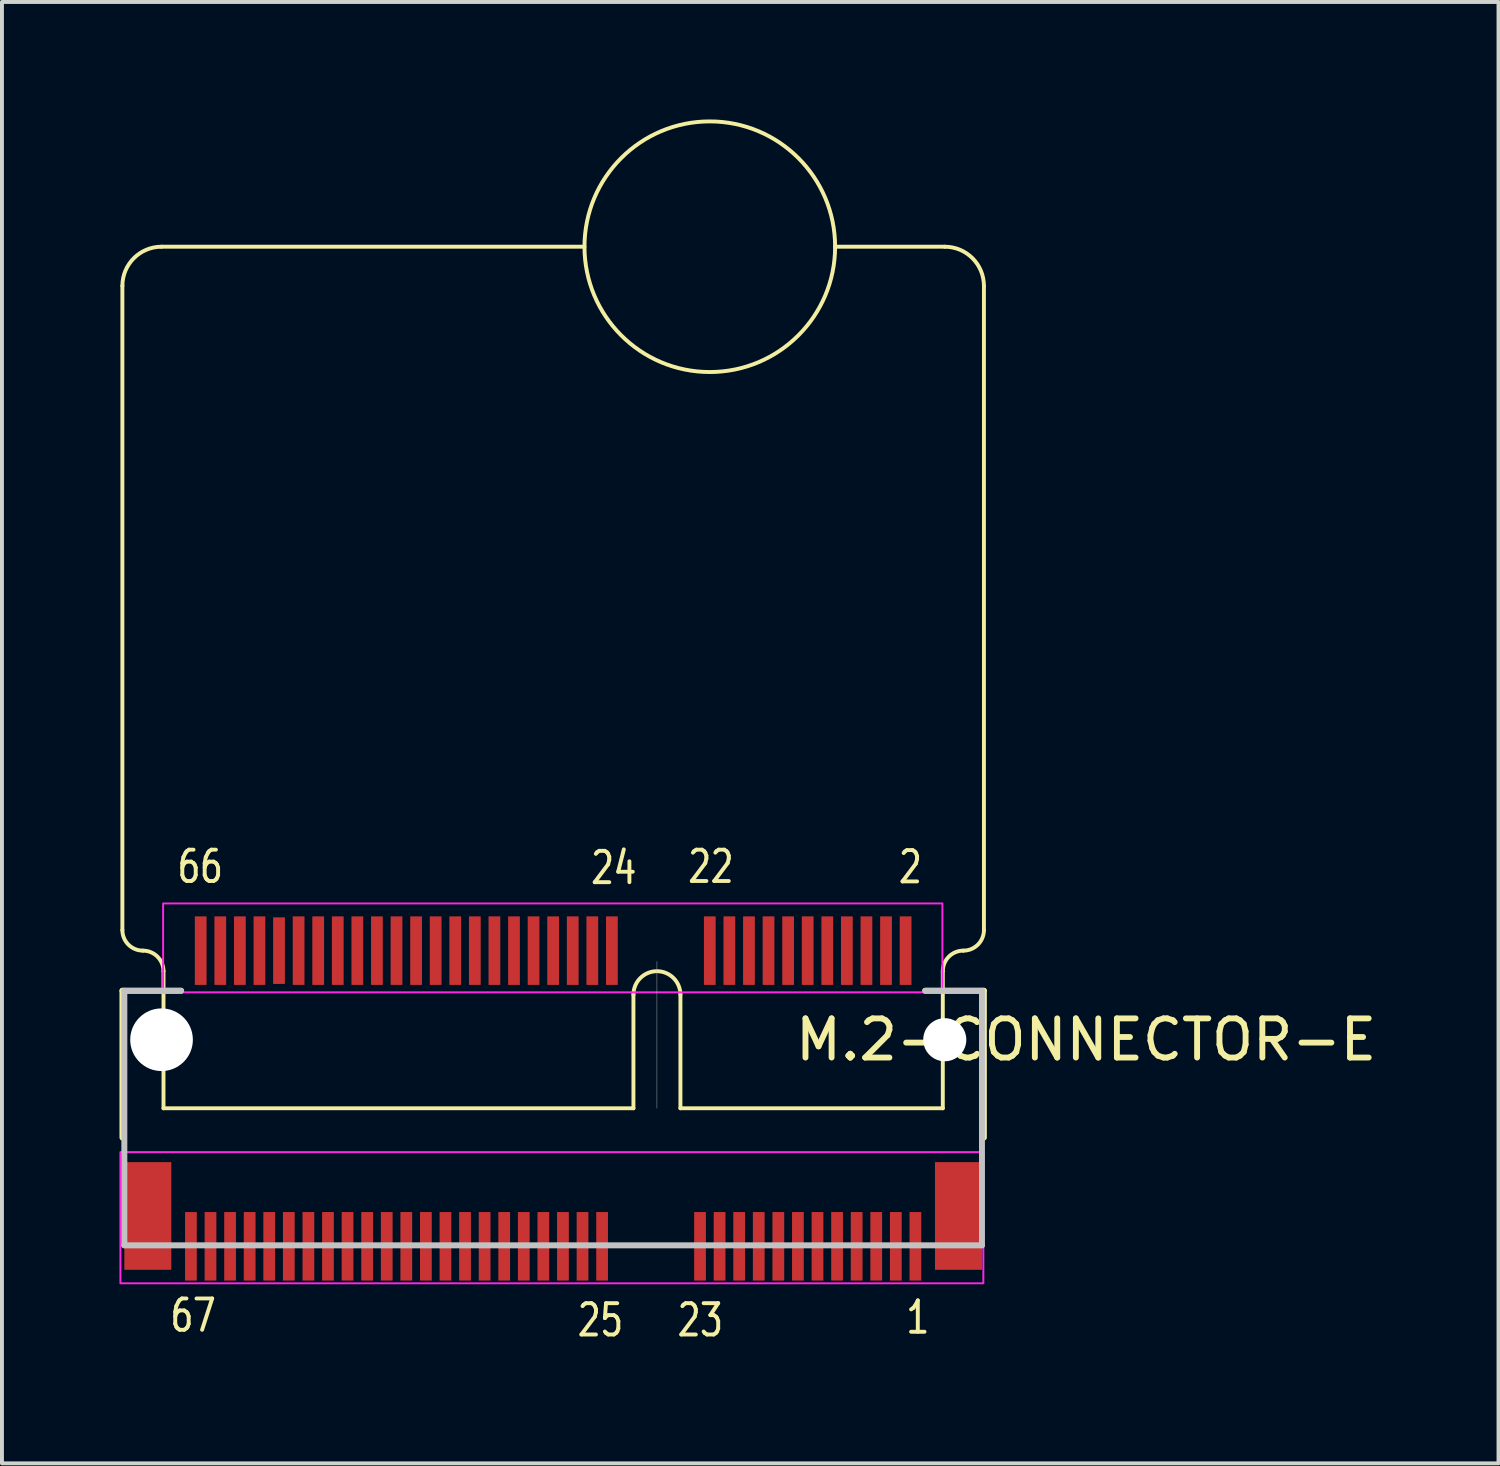
<source format=kicad_pcb>
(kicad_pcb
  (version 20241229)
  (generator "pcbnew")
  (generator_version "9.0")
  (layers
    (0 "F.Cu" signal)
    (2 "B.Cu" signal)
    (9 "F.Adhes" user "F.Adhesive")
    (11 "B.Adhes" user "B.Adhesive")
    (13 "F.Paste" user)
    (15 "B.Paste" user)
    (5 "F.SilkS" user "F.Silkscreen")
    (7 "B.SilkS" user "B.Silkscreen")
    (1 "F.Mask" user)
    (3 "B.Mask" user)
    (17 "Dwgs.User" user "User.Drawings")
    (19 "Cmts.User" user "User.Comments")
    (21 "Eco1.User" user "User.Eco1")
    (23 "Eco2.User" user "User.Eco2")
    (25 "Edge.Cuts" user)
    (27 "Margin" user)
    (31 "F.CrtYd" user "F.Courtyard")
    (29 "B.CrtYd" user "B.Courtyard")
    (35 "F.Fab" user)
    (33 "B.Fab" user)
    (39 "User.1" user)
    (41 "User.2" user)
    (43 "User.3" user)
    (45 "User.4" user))
  (footprint "M.2-CONNECTOR-E"
    (layer "F.Cu")
    (at 11.075 23.5)
    (property "Reference" "M.2-CONNECTOR-E" (at 13.61 0 180) (layer "F.SilkS") (effects (font (size 1 1) (thickness 0.15))))
    (attr smd)
    (fp_line (start -11 -19.25) (end -11 -2.8) (stroke (width 0.1) (type solid)) (layer "F.SilkS"))
    (fp_line (start -10.998 2.499) (end -10.998 -1.25) (stroke (width 0.152) (type solid)) (layer "F.SilkS"))
    (fp_line (start -9.95 1.75) (end -9.95 -1.75) (stroke (width 0.1) (type solid)) (layer "F.SilkS"))
    (fp_line (start -9.5 -1.25) (end -10.998 -1.25) (stroke (width 0.152) (type solid)) (layer "F.SilkS"))
    (fp_line (start 0.8 -20.25) (end -10 -20.25) (stroke (width 0.1) (type solid)) (layer "F.SilkS"))
    (fp_line (start 2.05 -1.15) (end 2.05 1.75) (stroke (width 0.1) (type solid)) (layer "F.SilkS"))
    (fp_line (start 2.05 1.75) (end -9.95 1.75) (stroke (width 0.1) (type solid)) (layer "F.SilkS"))
    (fp_line (start 3.25 -1.15) (end 3.25 1.75) (stroke (width 0.1) (type solid)) (layer "F.SilkS"))
    (fp_line (start 9.95 -1.75) (end 9.95 1.75) (stroke (width 0.1) (type solid)) (layer "F.SilkS"))
    (fp_line (start 9.95 1.75) (end 3.25 1.75) (stroke (width 0.1) (type solid)) (layer "F.SilkS"))
    (fp_line (start 10 -20.25) (end 7.2 -20.25) (stroke (width 0.1) (type solid)) (layer "F.SilkS"))
    (fp_line (start 10.998 -1.25) (end 9.5 -1.25) (stroke (width 0.152) (type solid)) (layer "F.SilkS"))
    (fp_line (start 10.998 2.499) (end 10.998 -1.25) (stroke (width 0.152) (type solid)) (layer "F.SilkS"))
    (fp_line (start 11 -19.25) (end 11 -2.8) (stroke (width 0.1) (type solid)) (layer "F.SilkS"))
    (fp_arc (start -11 -19.25) (mid -10.707105 -19.957105) (end -10 -20.25) (stroke (width 0.1) (type solid)) (layer "F.SilkS"))
    (fp_arc (start -10.475 -2.275) (mid -10.846231 -2.428769) (end -11 -2.8) (stroke (width 0.1) (type solid)) (layer "F.SilkS"))
    (fp_arc (start -10.475 -2.275) (mid -10.103769 -2.121231) (end -9.95 -1.75) (stroke (width 0.1) (type solid)) (layer "F.SilkS"))
    (fp_arc (start 2.05 -1.15) (mid 2.65 -1.75) (end 3.25 -1.15) (stroke (width 0.1) (type solid)) (layer "F.SilkS"))
    (fp_arc (start 9.95 -1.75) (mid 10.103769 -2.121231) (end 10.475 -2.275) (stroke (width 0.1) (type solid)) (layer "F.SilkS"))
    (fp_arc (start 10 -20.25) (mid 10.707107 -19.957107) (end 11 -19.25) (stroke (width 0.1) (type solid)) (layer "F.SilkS"))
    (fp_arc (start 11 -2.8) (mid 10.846231 -2.428769) (end 10.475 -2.275) (stroke (width 0.1) (type solid)) (layer "F.SilkS"))
    (fp_circle (center 4 -20.25) (end 7.2 -20.25) (stroke (width 0.1) (type default)) (fill no) (layer "F.SilkS"))
    (fp_line (start -9.398 4.399) (end -9.098 4.399) (stroke (width 0.066) (type solid)) (layer "F.Paste"))
    (fp_line (start -9.398 6.149) (end -9.398 4.399) (stroke (width 0.066) (type solid)) (layer "F.Paste"))
    (fp_line (start -9.398 6.149) (end -9.098 6.149) (stroke (width 0.066) (type solid)) (layer "F.Paste"))
    (fp_line (start -9.149 -3.15) (end -8.849 -3.15) (stroke (width 0.066) (type solid)) (layer "F.Paste"))
    (fp_line (start -9.149 -1.4) (end -9.149 -3.15) (stroke (width 0.066) (type solid)) (layer "F.Paste"))
    (fp_line (start -9.149 -1.4) (end -8.849 -1.4) (stroke (width 0.066) (type solid)) (layer "F.Paste"))
    (fp_line (start -9.098 6.149) (end -9.098 4.399) (stroke (width 0.066) (type solid)) (layer "F.Paste"))
    (fp_line (start -8.898 4.399) (end -8.598 4.399) (stroke (width 0.066) (type solid)) (layer "F.Paste"))
    (fp_line (start -8.898 6.149) (end -8.898 4.399) (stroke (width 0.066) (type solid)) (layer "F.Paste"))
    (fp_line (start -8.898 6.149) (end -8.598 6.149) (stroke (width 0.066) (type solid)) (layer "F.Paste"))
    (fp_line (start -8.849 -1.4) (end -8.849 -3.15) (stroke (width 0.066) (type solid)) (layer "F.Paste"))
    (fp_line (start -8.649 -3.15) (end -8.349 -3.15) (stroke (width 0.066) (type solid)) (layer "F.Paste"))
    (fp_line (start -8.649 -1.4) (end -8.649 -3.15) (stroke (width 0.066) (type solid)) (layer "F.Paste"))
    (fp_line (start -8.649 -1.4) (end -8.349 -1.4) (stroke (width 0.066) (type solid)) (layer "F.Paste"))
    (fp_line (start -8.598 6.149) (end -8.598 4.399) (stroke (width 0.066) (type solid)) (layer "F.Paste"))
    (fp_line (start -8.4 4.399) (end -8.098 4.399) (stroke (width 0.066) (type solid)) (layer "F.Paste"))
    (fp_line (start -8.4 6.149) (end -8.4 4.399) (stroke (width 0.066) (type solid)) (layer "F.Paste"))
    (fp_line (start -8.4 6.149) (end -8.098 6.149) (stroke (width 0.066) (type solid)) (layer "F.Paste"))
    (fp_line (start -8.349 -1.4) (end -8.349 -3.15) (stroke (width 0.066) (type solid)) (layer "F.Paste"))
    (fp_line (start -8.148 -3.15) (end -7.849 -3.15) (stroke (width 0.066) (type solid)) (layer "F.Paste"))
    (fp_line (start -8.148 -1.4) (end -8.148 -3.15) (stroke (width 0.066) (type solid)) (layer "F.Paste"))
    (fp_line (start -8.148 -1.4) (end -7.849 -1.4) (stroke (width 0.066) (type solid)) (layer "F.Paste"))
    (fp_line (start -8.098 6.149) (end -8.098 4.399) (stroke (width 0.066) (type solid)) (layer "F.Paste"))
    (fp_line (start -7.899 4.399) (end -7.6 4.399) (stroke (width 0.066) (type solid)) (layer "F.Paste"))
    (fp_line (start -7.899 6.149) (end -7.899 4.399) (stroke (width 0.066) (type solid)) (layer "F.Paste"))
    (fp_line (start -7.899 6.149) (end -7.6 6.149) (stroke (width 0.066) (type solid)) (layer "F.Paste"))
    (fp_line (start -7.849 -1.4) (end -7.849 -3.15) (stroke (width 0.066) (type solid)) (layer "F.Paste"))
    (fp_line (start -7.648 -3.15) (end -7.348 -3.15) (stroke (width 0.066) (type solid)) (layer "F.Paste"))
    (fp_line (start -7.648 -1.4) (end -7.648 -3.15) (stroke (width 0.066) (type solid)) (layer "F.Paste"))
    (fp_line (start -7.648 -1.4) (end -7.348 -1.4) (stroke (width 0.066) (type solid)) (layer "F.Paste"))
    (fp_line (start -7.6 6.149) (end -7.6 4.399) (stroke (width 0.066) (type solid)) (layer "F.Paste"))
    (fp_line (start -7.399 4.399) (end -7.099 4.399) (stroke (width 0.066) (type solid)) (layer "F.Paste"))
    (fp_line (start -7.399 6.149) (end -7.399 4.399) (stroke (width 0.066) (type solid)) (layer "F.Paste"))
    (fp_line (start -7.399 6.149) (end -7.099 6.149) (stroke (width 0.066) (type solid)) (layer "F.Paste"))
    (fp_line (start -7.348 -1.4) (end -7.348 -3.15) (stroke (width 0.066) (type solid)) (layer "F.Paste"))
    (fp_line (start -7.148 -3.15) (end -6.848 -3.15) (stroke (width 0.066) (type solid)) (layer "F.Paste"))
    (fp_line (start -7.148 -1.4) (end -7.148 -3.15) (stroke (width 0.066) (type solid)) (layer "F.Paste"))
    (fp_line (start -7.148 -1.4) (end -6.848 -1.4) (stroke (width 0.066) (type solid)) (layer "F.Paste"))
    (fp_line (start -7.099 6.149) (end -7.099 4.399) (stroke (width 0.066) (type solid)) (layer "F.Paste"))
    (fp_line (start -6.899 4.399) (end -6.599 4.399) (stroke (width 0.066) (type solid)) (layer "F.Paste"))
    (fp_line (start -6.899 6.149) (end -6.899 4.399) (stroke (width 0.066) (type solid)) (layer "F.Paste"))
    (fp_line (start -6.899 6.149) (end -6.599 6.149) (stroke (width 0.066) (type solid)) (layer "F.Paste"))
    (fp_line (start -6.848 -1.4) (end -6.848 -3.15) (stroke (width 0.066) (type solid)) (layer "F.Paste"))
    (fp_line (start -6.65 -3.15) (end -6.35 -3.15) (stroke (width 0.066) (type solid)) (layer "F.Paste"))
    (fp_line (start -6.65 -1.4) (end -6.65 -3.15) (stroke (width 0.066) (type solid)) (layer "F.Paste"))
    (fp_line (start -6.65 -1.4) (end -6.35 -1.4) (stroke (width 0.066) (type solid)) (layer "F.Paste"))
    (fp_line (start -6.599 6.149) (end -6.599 4.399) (stroke (width 0.066) (type solid)) (layer "F.Paste"))
    (fp_line (start -6.398 4.399) (end -6.099 4.399) (stroke (width 0.066) (type solid)) (layer "F.Paste"))
    (fp_line (start -6.398 6.149) (end -6.398 4.399) (stroke (width 0.066) (type solid)) (layer "F.Paste"))
    (fp_line (start -6.398 6.149) (end -6.099 6.149) (stroke (width 0.066) (type solid)) (layer "F.Paste"))
    (fp_line (start -6.35 -1.4) (end -6.35 -3.15) (stroke (width 0.066) (type solid)) (layer "F.Paste"))
    (fp_line (start -6.149 -3.15) (end -5.85 -3.15) (stroke (width 0.066) (type solid)) (layer "F.Paste"))
    (fp_line (start -6.149 -1.4) (end -6.149 -3.15) (stroke (width 0.066) (type solid)) (layer "F.Paste"))
    (fp_line (start -6.149 -1.4) (end -5.85 -1.4) (stroke (width 0.066) (type solid)) (layer "F.Paste"))
    (fp_line (start -6.099 6.149) (end -6.099 4.399) (stroke (width 0.066) (type solid)) (layer "F.Paste"))
    (fp_line (start -5.898 4.399) (end -5.598 4.399) (stroke (width 0.066) (type solid)) (layer "F.Paste"))
    (fp_line (start -5.898 6.149) (end -5.898 4.399) (stroke (width 0.066) (type solid)) (layer "F.Paste"))
    (fp_line (start -5.898 6.149) (end -5.598 6.149) (stroke (width 0.066) (type solid)) (layer "F.Paste"))
    (fp_line (start -5.85 -1.4) (end -5.85 -3.15) (stroke (width 0.066) (type solid)) (layer "F.Paste"))
    (fp_line (start -5.649 -3.15) (end -5.349 -3.15) (stroke (width 0.066) (type solid)) (layer "F.Paste"))
    (fp_line (start -5.649 -1.4) (end -5.649 -3.15) (stroke (width 0.066) (type solid)) (layer "F.Paste"))
    (fp_line (start -5.649 -1.4) (end -5.349 -1.4) (stroke (width 0.066) (type solid)) (layer "F.Paste"))
    (fp_line (start -5.598 6.149) (end -5.598 4.399) (stroke (width 0.066) (type solid)) (layer "F.Paste"))
    (fp_line (start -5.397 4.399) (end -5.098 4.399) (stroke (width 0.066) (type solid)) (layer "F.Paste"))
    (fp_line (start -5.397 6.149) (end -5.397 4.399) (stroke (width 0.066) (type solid)) (layer "F.Paste"))
    (fp_line (start -5.397 6.149) (end -5.098 6.149) (stroke (width 0.066) (type solid)) (layer "F.Paste"))
    (fp_line (start -5.349 -1.4) (end -5.349 -3.15) (stroke (width 0.066) (type solid)) (layer "F.Paste"))
    (fp_line (start -5.149 -3.15) (end -4.849 -3.15) (stroke (width 0.066) (type solid)) (layer "F.Paste"))
    (fp_line (start -5.149 -1.4) (end -5.149 -3.15) (stroke (width 0.066) (type solid)) (layer "F.Paste"))
    (fp_line (start -5.149 -1.4) (end -4.849 -1.4) (stroke (width 0.066) (type solid)) (layer "F.Paste"))
    (fp_line (start -5.098 6.149) (end -5.098 4.399) (stroke (width 0.066) (type solid)) (layer "F.Paste"))
    (fp_line (start -4.9 4.399) (end -4.6 4.399) (stroke (width 0.066) (type solid)) (layer "F.Paste"))
    (fp_line (start -4.9 6.149) (end -4.9 4.399) (stroke (width 0.066) (type solid)) (layer "F.Paste"))
    (fp_line (start -4.9 6.149) (end -4.6 6.149) (stroke (width 0.066) (type solid)) (layer "F.Paste"))
    (fp_line (start -4.849 -1.4) (end -4.849 -3.15) (stroke (width 0.066) (type solid)) (layer "F.Paste"))
    (fp_line (start -4.648 -3.15) (end -4.348 -3.15) (stroke (width 0.066) (type solid)) (layer "F.Paste"))
    (fp_line (start -4.648 -1.4) (end -4.648 -3.15) (stroke (width 0.066) (type solid)) (layer "F.Paste"))
    (fp_line (start -4.648 -1.4) (end -4.348 -1.4) (stroke (width 0.066) (type solid)) (layer "F.Paste"))
    (fp_line (start -4.6 6.149) (end -4.6 4.399) (stroke (width 0.066) (type solid)) (layer "F.Paste"))
    (fp_line (start -4.399 4.399) (end -4.1 4.399) (stroke (width 0.066) (type solid)) (layer "F.Paste"))
    (fp_line (start -4.399 6.149) (end -4.399 4.399) (stroke (width 0.066) (type solid)) (layer "F.Paste"))
    (fp_line (start -4.399 6.149) (end -4.1 6.149) (stroke (width 0.066) (type solid)) (layer "F.Paste"))
    (fp_line (start -4.348 -1.4) (end -4.348 -3.15) (stroke (width 0.066) (type solid)) (layer "F.Paste"))
    (fp_line (start -4.148 -3.15) (end -3.848 -3.15) (stroke (width 0.066) (type solid)) (layer "F.Paste"))
    (fp_line (start -4.148 -1.4) (end -4.148 -3.15) (stroke (width 0.066) (type solid)) (layer "F.Paste"))
    (fp_line (start -4.148 -1.4) (end -3.848 -1.4) (stroke (width 0.066) (type solid)) (layer "F.Paste"))
    (fp_line (start -4.1 6.149) (end -4.1 4.399) (stroke (width 0.066) (type solid)) (layer "F.Paste"))
    (fp_line (start -3.899 4.399) (end -3.599 4.399) (stroke (width 0.066) (type solid)) (layer "F.Paste"))
    (fp_line (start -3.899 6.149) (end -3.899 4.399) (stroke (width 0.066) (type solid)) (layer "F.Paste"))
    (fp_line (start -3.899 6.149) (end -3.599 6.149) (stroke (width 0.066) (type solid)) (layer "F.Paste"))
    (fp_line (start -3.848 -1.4) (end -3.848 -3.15) (stroke (width 0.066) (type solid)) (layer "F.Paste"))
    (fp_line (start -3.65 -3.15) (end -3.348 -3.15) (stroke (width 0.066) (type solid)) (layer "F.Paste"))
    (fp_line (start -3.65 -1.4) (end -3.65 -3.15) (stroke (width 0.066) (type solid)) (layer "F.Paste"))
    (fp_line (start -3.65 -1.4) (end -3.348 -1.4) (stroke (width 0.066) (type solid)) (layer "F.Paste"))
    (fp_line (start -3.599 6.149) (end -3.599 4.399) (stroke (width 0.066) (type solid)) (layer "F.Paste"))
    (fp_line (start -3.399 4.399) (end -3.099 4.399) (stroke (width 0.066) (type solid)) (layer "F.Paste"))
    (fp_line (start -3.399 6.149) (end -3.399 4.399) (stroke (width 0.066) (type solid)) (layer "F.Paste"))
    (fp_line (start -3.399 6.149) (end -3.099 6.149) (stroke (width 0.066) (type solid)) (layer "F.Paste"))
    (fp_line (start -3.348 -1.4) (end -3.348 -3.15) (stroke (width 0.066) (type solid)) (layer "F.Paste"))
    (fp_line (start -3.15 -3.15) (end -2.85 -3.15) (stroke (width 0.066) (type solid)) (layer "F.Paste"))
    (fp_line (start -3.15 -1.4) (end -3.15 -3.15) (stroke (width 0.066) (type solid)) (layer "F.Paste"))
    (fp_line (start -3.15 -1.4) (end -2.85 -1.4) (stroke (width 0.066) (type solid)) (layer "F.Paste"))
    (fp_line (start -3.099 6.149) (end -3.099 4.399) (stroke (width 0.066) (type solid)) (layer "F.Paste"))
    (fp_line (start -2.898 4.399) (end -2.598 4.399) (stroke (width 0.066) (type solid)) (layer "F.Paste"))
    (fp_line (start -2.898 6.149) (end -2.898 4.399) (stroke (width 0.066) (type solid)) (layer "F.Paste"))
    (fp_line (start -2.898 6.149) (end -2.598 6.149) (stroke (width 0.066) (type solid)) (layer "F.Paste"))
    (fp_line (start -2.85 -1.4) (end -2.85 -3.15) (stroke (width 0.066) (type solid)) (layer "F.Paste"))
    (fp_line (start -2.649 -3.15) (end -2.349 -3.15) (stroke (width 0.066) (type solid)) (layer "F.Paste"))
    (fp_line (start -2.649 -1.4) (end -2.649 -3.15) (stroke (width 0.066) (type solid)) (layer "F.Paste"))
    (fp_line (start -2.649 -1.4) (end -2.349 -1.4) (stroke (width 0.066) (type solid)) (layer "F.Paste"))
    (fp_line (start -2.598 6.149) (end -2.598 4.399) (stroke (width 0.066) (type solid)) (layer "F.Paste"))
    (fp_line (start -2.398 4.399) (end -2.098 4.399) (stroke (width 0.066) (type solid)) (layer "F.Paste"))
    (fp_line (start -2.398 6.149) (end -2.398 4.399) (stroke (width 0.066) (type solid)) (layer "F.Paste"))
    (fp_line (start -2.398 6.149) (end -2.098 6.149) (stroke (width 0.066) (type solid)) (layer "F.Paste"))
    (fp_line (start -2.349 -1.4) (end -2.349 -3.15) (stroke (width 0.066) (type solid)) (layer "F.Paste"))
    (fp_line (start -2.149 -3.15) (end -1.849 -3.15) (stroke (width 0.066) (type solid)) (layer "F.Paste"))
    (fp_line (start -2.149 -1.4) (end -2.149 -3.15) (stroke (width 0.066) (type solid)) (layer "F.Paste"))
    (fp_line (start -2.149 -1.4) (end -1.849 -1.4) (stroke (width 0.066) (type solid)) (layer "F.Paste"))
    (fp_line (start -2.098 6.149) (end -2.098 4.399) (stroke (width 0.066) (type solid)) (layer "F.Paste"))
    (fp_line (start -1.9 4.399) (end -1.598 4.399) (stroke (width 0.066) (type solid)) (layer "F.Paste"))
    (fp_line (start -1.9 6.149) (end -1.9 4.399) (stroke (width 0.066) (type solid)) (layer "F.Paste"))
    (fp_line (start -1.9 6.149) (end -1.598 6.149) (stroke (width 0.066) (type solid)) (layer "F.Paste"))
    (fp_line (start -1.849 -1.4) (end -1.849 -3.15) (stroke (width 0.066) (type solid)) (layer "F.Paste"))
    (fp_line (start -1.648 -3.15) (end -1.349 -3.15) (stroke (width 0.066) (type solid)) (layer "F.Paste"))
    (fp_line (start -1.648 -1.4) (end -1.648 -3.15) (stroke (width 0.066) (type solid)) (layer "F.Paste"))
    (fp_line (start -1.648 -1.4) (end -1.349 -1.4) (stroke (width 0.066) (type solid)) (layer "F.Paste"))
    (fp_line (start -1.598 6.149) (end -1.598 4.399) (stroke (width 0.066) (type solid)) (layer "F.Paste"))
    (fp_line (start -1.4 4.399) (end -1.1 4.399) (stroke (width 0.066) (type solid)) (layer "F.Paste"))
    (fp_line (start -1.4 6.149) (end -1.4 4.399) (stroke (width 0.066) (type solid)) (layer "F.Paste"))
    (fp_line (start -1.4 6.149) (end -1.1 6.149) (stroke (width 0.066) (type solid)) (layer "F.Paste"))
    (fp_line (start -1.349 -1.4) (end -1.349 -3.15) (stroke (width 0.066) (type solid)) (layer "F.Paste"))
    (fp_line (start -1.148 -3.15) (end -0.848 -3.15) (stroke (width 0.066) (type solid)) (layer "F.Paste"))
    (fp_line (start -1.148 -1.4) (end -1.148 -3.15) (stroke (width 0.066) (type solid)) (layer "F.Paste"))
    (fp_line (start -1.148 -1.4) (end -0.848 -1.4) (stroke (width 0.066) (type solid)) (layer "F.Paste"))
    (fp_line (start -1.1 6.149) (end -1.1 4.399) (stroke (width 0.066) (type solid)) (layer "F.Paste"))
    (fp_line (start -0.899 4.399) (end -0.599 4.399) (stroke (width 0.066) (type solid)) (layer "F.Paste"))
    (fp_line (start -0.899 6.149) (end -0.899 4.399) (stroke (width 0.066) (type solid)) (layer "F.Paste"))
    (fp_line (start -0.899 6.149) (end -0.599 6.149) (stroke (width 0.066) (type solid)) (layer "F.Paste"))
    (fp_line (start -0.848 -1.4) (end -0.848 -3.15) (stroke (width 0.066) (type solid)) (layer "F.Paste"))
    (fp_line (start -0.648 -3.15) (end -0.348 -3.15) (stroke (width 0.066) (type solid)) (layer "F.Paste"))
    (fp_line (start -0.648 -1.4) (end -0.648 -3.15) (stroke (width 0.066) (type solid)) (layer "F.Paste"))
    (fp_line (start -0.648 -1.4) (end -0.348 -1.4) (stroke (width 0.066) (type solid)) (layer "F.Paste"))
    (fp_line (start -0.599 6.149) (end -0.599 4.399) (stroke (width 0.066) (type solid)) (layer "F.Paste"))
    (fp_line (start -0.399 4.399) (end -0.099 4.399) (stroke (width 0.066) (type solid)) (layer "F.Paste"))
    (fp_line (start -0.399 6.149) (end -0.399 4.399) (stroke (width 0.066) (type solid)) (layer "F.Paste"))
    (fp_line (start -0.399 6.149) (end -0.099 6.149) (stroke (width 0.066) (type solid)) (layer "F.Paste"))
    (fp_line (start -0.348 -1.4) (end -0.348 -3.15) (stroke (width 0.066) (type solid)) (layer "F.Paste"))
    (fp_line (start -0.15 -3.15) (end 0.15 -3.15) (stroke (width 0.066) (type solid)) (layer "F.Paste"))
    (fp_line (start -0.15 -1.4) (end -0.15 -3.15) (stroke (width 0.066) (type solid)) (layer "F.Paste"))
    (fp_line (start -0.15 -1.4) (end 0.15 -1.4) (stroke (width 0.066) (type solid)) (layer "F.Paste"))
    (fp_line (start -0.099 6.149) (end -0.099 4.399) (stroke (width 0.066) (type solid)) (layer "F.Paste"))
    (fp_line (start 0.099 4.399) (end 0.399 4.399) (stroke (width 0.066) (type solid)) (layer "F.Paste"))
    (fp_line (start 0.099 6.149) (end 0.099 4.399) (stroke (width 0.066) (type solid)) (layer "F.Paste"))
    (fp_line (start 0.099 6.149) (end 0.399 6.149) (stroke (width 0.066) (type solid)) (layer "F.Paste"))
    (fp_line (start 0.15 -1.4) (end 0.15 -3.15) (stroke (width 0.066) (type solid)) (layer "F.Paste"))
    (fp_line (start 0.348 -3.15) (end 0.648 -3.15) (stroke (width 0.066) (type solid)) (layer "F.Paste"))
    (fp_line (start 0.348 -1.4) (end 0.348 -3.15) (stroke (width 0.066) (type solid)) (layer "F.Paste"))
    (fp_line (start 0.348 -1.4) (end 0.648 -1.4) (stroke (width 0.066) (type solid)) (layer "F.Paste"))
    (fp_line (start 0.399 6.149) (end 0.399 4.399) (stroke (width 0.066) (type solid)) (layer "F.Paste"))
    (fp_line (start 0.599 4.399) (end 0.899 4.399) (stroke (width 0.066) (type solid)) (layer "F.Paste"))
    (fp_line (start 0.599 6.149) (end 0.599 4.399) (stroke (width 0.066) (type solid)) (layer "F.Paste"))
    (fp_line (start 0.599 6.149) (end 0.899 6.149) (stroke (width 0.066) (type solid)) (layer "F.Paste"))
    (fp_line (start 0.648 -1.4) (end 0.648 -3.15) (stroke (width 0.066) (type solid)) (layer "F.Paste"))
    (fp_line (start 0.848 -3.15) (end 1.148 -3.15) (stroke (width 0.066) (type solid)) (layer "F.Paste"))
    (fp_line (start 0.848 -1.4) (end 0.848 -3.15) (stroke (width 0.066) (type solid)) (layer "F.Paste"))
    (fp_line (start 0.848 -1.4) (end 1.148 -1.4) (stroke (width 0.066) (type solid)) (layer "F.Paste"))
    (fp_line (start 0.899 6.149) (end 0.899 4.399) (stroke (width 0.066) (type solid)) (layer "F.Paste"))
    (fp_line (start 1.1 4.399) (end 1.4 4.399) (stroke (width 0.066) (type solid)) (layer "F.Paste"))
    (fp_line (start 1.1 6.149) (end 1.1 4.399) (stroke (width 0.066) (type solid)) (layer "F.Paste"))
    (fp_line (start 1.1 6.149) (end 1.4 6.149) (stroke (width 0.066) (type solid)) (layer "F.Paste"))
    (fp_line (start 1.148 -1.4) (end 1.148 -3.15) (stroke (width 0.066) (type solid)) (layer "F.Paste"))
    (fp_line (start 1.349 -3.15) (end 1.648 -3.15) (stroke (width 0.066) (type solid)) (layer "F.Paste"))
    (fp_line (start 1.349 -1.4) (end 1.349 -3.15) (stroke (width 0.066) (type solid)) (layer "F.Paste"))
    (fp_line (start 1.349 -1.4) (end 1.648 -1.4) (stroke (width 0.066) (type solid)) (layer "F.Paste"))
    (fp_line (start 1.4 6.149) (end 1.4 4.399) (stroke (width 0.066) (type solid)) (layer "F.Paste"))
    (fp_line (start 1.648 -1.4) (end 1.648 -3.15) (stroke (width 0.066) (type solid)) (layer "F.Paste"))
    (fp_line (start 3.599 4.399) (end 3.899 4.399) (stroke (width 0.066) (type solid)) (layer "F.Paste"))
    (fp_line (start 3.599 6.149) (end 3.599 4.399) (stroke (width 0.066) (type solid)) (layer "F.Paste"))
    (fp_line (start 3.599 6.149) (end 3.899 6.149) (stroke (width 0.066) (type solid)) (layer "F.Paste"))
    (fp_line (start 3.848 -3.15) (end 4.148 -3.15) (stroke (width 0.066) (type solid)) (layer "F.Paste"))
    (fp_line (start 3.848 -1.4) (end 3.848 -3.15) (stroke (width 0.066) (type solid)) (layer "F.Paste"))
    (fp_line (start 3.848 -1.4) (end 4.148 -1.4) (stroke (width 0.066) (type solid)) (layer "F.Paste"))
    (fp_line (start 3.899 6.149) (end 3.899 4.399) (stroke (width 0.066) (type solid)) (layer "F.Paste"))
    (fp_line (start 4.1 4.399) (end 4.399 4.399) (stroke (width 0.066) (type solid)) (layer "F.Paste"))
    (fp_line (start 4.1 6.149) (end 4.1 4.399) (stroke (width 0.066) (type solid)) (layer "F.Paste"))
    (fp_line (start 4.1 6.149) (end 4.399 6.149) (stroke (width 0.066) (type solid)) (layer "F.Paste"))
    (fp_line (start 4.148 -1.4) (end 4.148 -3.15) (stroke (width 0.066) (type solid)) (layer "F.Paste"))
    (fp_line (start 4.348 -3.15) (end 4.648 -3.15) (stroke (width 0.066) (type solid)) (layer "F.Paste"))
    (fp_line (start 4.348 -1.4) (end 4.348 -3.15) (stroke (width 0.066) (type solid)) (layer "F.Paste"))
    (fp_line (start 4.348 -1.4) (end 4.648 -1.4) (stroke (width 0.066) (type solid)) (layer "F.Paste"))
    (fp_line (start 4.399 6.149) (end 4.399 4.399) (stroke (width 0.066) (type solid)) (layer "F.Paste"))
    (fp_line (start 4.6 4.399) (end 4.9 4.399) (stroke (width 0.066) (type solid)) (layer "F.Paste"))
    (fp_line (start 4.6 6.149) (end 4.6 4.399) (stroke (width 0.066) (type solid)) (layer "F.Paste"))
    (fp_line (start 4.6 6.149) (end 4.9 6.149) (stroke (width 0.066) (type solid)) (layer "F.Paste"))
    (fp_line (start 4.648 -1.4) (end 4.648 -3.15) (stroke (width 0.066) (type solid)) (layer "F.Paste"))
    (fp_line (start 4.849 -3.15) (end 5.149 -3.15) (stroke (width 0.066) (type solid)) (layer "F.Paste"))
    (fp_line (start 4.849 -1.4) (end 4.849 -3.15) (stroke (width 0.066) (type solid)) (layer "F.Paste"))
    (fp_line (start 4.849 -1.4) (end 5.149 -1.4) (stroke (width 0.066) (type solid)) (layer "F.Paste"))
    (fp_line (start 4.9 6.149) (end 4.9 4.399) (stroke (width 0.066) (type solid)) (layer "F.Paste"))
    (fp_line (start 5.098 4.399) (end 5.397 4.399) (stroke (width 0.066) (type solid)) (layer "F.Paste"))
    (fp_line (start 5.098 6.149) (end 5.098 4.399) (stroke (width 0.066) (type solid)) (layer "F.Paste"))
    (fp_line (start 5.098 6.149) (end 5.397 6.149) (stroke (width 0.066) (type solid)) (layer "F.Paste"))
    (fp_line (start 5.149 -1.4) (end 5.149 -3.15) (stroke (width 0.066) (type solid)) (layer "F.Paste"))
    (fp_line (start 5.349 -3.15) (end 5.649 -3.15) (stroke (width 0.066) (type solid)) (layer "F.Paste"))
    (fp_line (start 5.349 -1.4) (end 5.349 -3.15) (stroke (width 0.066) (type solid)) (layer "F.Paste"))
    (fp_line (start 5.349 -1.4) (end 5.649 -1.4) (stroke (width 0.066) (type solid)) (layer "F.Paste"))
    (fp_line (start 5.397 6.149) (end 5.397 4.399) (stroke (width 0.066) (type solid)) (layer "F.Paste"))
    (fp_line (start 5.598 4.399) (end 5.898 4.399) (stroke (width 0.066) (type solid)) (layer "F.Paste"))
    (fp_line (start 5.598 6.149) (end 5.598 4.399) (stroke (width 0.066) (type solid)) (layer "F.Paste"))
    (fp_line (start 5.598 6.149) (end 5.898 6.149) (stroke (width 0.066) (type solid)) (layer "F.Paste"))
    (fp_line (start 5.649 -1.4) (end 5.649 -3.15) (stroke (width 0.066) (type solid)) (layer "F.Paste"))
    (fp_line (start 5.85 -3.15) (end 6.149 -3.15) (stroke (width 0.066) (type solid)) (layer "F.Paste"))
    (fp_line (start 5.85 -1.4) (end 5.85 -3.15) (stroke (width 0.066) (type solid)) (layer "F.Paste"))
    (fp_line (start 5.85 -1.4) (end 6.149 -1.4) (stroke (width 0.066) (type solid)) (layer "F.Paste"))
    (fp_line (start 5.898 6.149) (end 5.898 4.399) (stroke (width 0.066) (type solid)) (layer "F.Paste"))
    (fp_line (start 6.099 4.399) (end 6.398 4.399) (stroke (width 0.066) (type solid)) (layer "F.Paste"))
    (fp_line (start 6.099 6.149) (end 6.099 4.399) (stroke (width 0.066) (type solid)) (layer "F.Paste"))
    (fp_line (start 6.099 6.149) (end 6.398 6.149) (stroke (width 0.066) (type solid)) (layer "F.Paste"))
    (fp_line (start 6.149 -1.4) (end 6.149 -3.15) (stroke (width 0.066) (type solid)) (layer "F.Paste"))
    (fp_line (start 6.35 -3.15) (end 6.65 -3.15) (stroke (width 0.066) (type solid)) (layer "F.Paste"))
    (fp_line (start 6.35 -1.4) (end 6.35 -3.15) (stroke (width 0.066) (type solid)) (layer "F.Paste"))
    (fp_line (start 6.35 -1.4) (end 6.65 -1.4) (stroke (width 0.066) (type solid)) (layer "F.Paste"))
    (fp_line (start 6.398 6.149) (end 6.398 4.399) (stroke (width 0.066) (type solid)) (layer "F.Paste"))
    (fp_line (start 6.599 4.399) (end 6.899 4.399) (stroke (width 0.066) (type solid)) (layer "F.Paste"))
    (fp_line (start 6.599 6.149) (end 6.599 4.399) (stroke (width 0.066) (type solid)) (layer "F.Paste"))
    (fp_line (start 6.599 6.149) (end 6.899 6.149) (stroke (width 0.066) (type solid)) (layer "F.Paste"))
    (fp_line (start 6.65 -1.4) (end 6.65 -3.15) (stroke (width 0.066) (type solid)) (layer "F.Paste"))
    (fp_line (start 6.848 -3.15) (end 7.148 -3.15) (stroke (width 0.066) (type solid)) (layer "F.Paste"))
    (fp_line (start 6.848 -1.4) (end 6.848 -3.15) (stroke (width 0.066) (type solid)) (layer "F.Paste"))
    (fp_line (start 6.848 -1.4) (end 7.148 -1.4) (stroke (width 0.066) (type solid)) (layer "F.Paste"))
    (fp_line (start 6.899 6.149) (end 6.899 4.399) (stroke (width 0.066) (type solid)) (layer "F.Paste"))
    (fp_line (start 7.099 4.399) (end 7.399 4.399) (stroke (width 0.066) (type solid)) (layer "F.Paste"))
    (fp_line (start 7.099 6.149) (end 7.099 4.399) (stroke (width 0.066) (type solid)) (layer "F.Paste"))
    (fp_line (start 7.099 6.149) (end 7.399 6.149) (stroke (width 0.066) (type solid)) (layer "F.Paste"))
    (fp_line (start 7.148 -1.4) (end 7.148 -3.15) (stroke (width 0.066) (type solid)) (layer "F.Paste"))
    (fp_line (start 7.348 -3.15) (end 7.648 -3.15) (stroke (width 0.066) (type solid)) (layer "F.Paste"))
    (fp_line (start 7.348 -1.4) (end 7.348 -3.15) (stroke (width 0.066) (type solid)) (layer "F.Paste"))
    (fp_line (start 7.348 -1.4) (end 7.648 -1.4) (stroke (width 0.066) (type solid)) (layer "F.Paste"))
    (fp_line (start 7.399 6.149) (end 7.399 4.399) (stroke (width 0.066) (type solid)) (layer "F.Paste"))
    (fp_line (start 7.6 4.399) (end 7.899 4.399) (stroke (width 0.066) (type solid)) (layer "F.Paste"))
    (fp_line (start 7.6 6.149) (end 7.6 4.399) (stroke (width 0.066) (type solid)) (layer "F.Paste"))
    (fp_line (start 7.6 6.149) (end 7.899 6.149) (stroke (width 0.066) (type solid)) (layer "F.Paste"))
    (fp_line (start 7.648 -1.4) (end 7.648 -3.15) (stroke (width 0.066) (type solid)) (layer "F.Paste"))
    (fp_line (start 7.849 -3.15) (end 8.148 -3.15) (stroke (width 0.066) (type solid)) (layer "F.Paste"))
    (fp_line (start 7.849 -1.4) (end 7.849 -3.15) (stroke (width 0.066) (type solid)) (layer "F.Paste"))
    (fp_line (start 7.849 -1.4) (end 8.148 -1.4) (stroke (width 0.066) (type solid)) (layer "F.Paste"))
    (fp_line (start 7.899 6.149) (end 7.899 4.399) (stroke (width 0.066) (type solid)) (layer "F.Paste"))
    (fp_line (start 8.098 4.399) (end 8.4 4.399) (stroke (width 0.066) (type solid)) (layer "F.Paste"))
    (fp_line (start 8.098 6.149) (end 8.098 4.399) (stroke (width 0.066) (type solid)) (layer "F.Paste"))
    (fp_line (start 8.098 6.149) (end 8.4 6.149) (stroke (width 0.066) (type solid)) (layer "F.Paste"))
    (fp_line (start 8.148 -1.4) (end 8.148 -3.15) (stroke (width 0.066) (type solid)) (layer "F.Paste"))
    (fp_line (start 8.349 -3.15) (end 8.649 -3.15) (stroke (width 0.066) (type solid)) (layer "F.Paste"))
    (fp_line (start 8.349 -1.4) (end 8.349 -3.15) (stroke (width 0.066) (type solid)) (layer "F.Paste"))
    (fp_line (start 8.349 -1.4) (end 8.649 -1.4) (stroke (width 0.066) (type solid)) (layer "F.Paste"))
    (fp_line (start 8.4 6.149) (end 8.4 4.399) (stroke (width 0.066) (type solid)) (layer "F.Paste"))
    (fp_line (start 8.598 4.399) (end 8.898 4.399) (stroke (width 0.066) (type solid)) (layer "F.Paste"))
    (fp_line (start 8.598 6.149) (end 8.598 4.399) (stroke (width 0.066) (type solid)) (layer "F.Paste"))
    (fp_line (start 8.598 6.149) (end 8.898 6.149) (stroke (width 0.066) (type solid)) (layer "F.Paste"))
    (fp_line (start 8.649 -1.4) (end 8.649 -3.15) (stroke (width 0.066) (type solid)) (layer "F.Paste"))
    (fp_line (start 8.849 -3.15) (end 9.149 -3.15) (stroke (width 0.066) (type solid)) (layer "F.Paste"))
    (fp_line (start 8.849 -1.4) (end 8.849 -3.15) (stroke (width 0.066) (type solid)) (layer "F.Paste"))
    (fp_line (start 8.849 -1.4) (end 9.149 -1.4) (stroke (width 0.066) (type solid)) (layer "F.Paste"))
    (fp_line (start 8.898 6.149) (end 8.898 4.399) (stroke (width 0.066) (type solid)) (layer "F.Paste"))
    (fp_line (start 9.098 4.399) (end 9.398 4.399) (stroke (width 0.066) (type solid)) (layer "F.Paste"))
    (fp_line (start 9.098 6.149) (end 9.098 4.399) (stroke (width 0.066) (type solid)) (layer "F.Paste"))
    (fp_line (start 9.098 6.149) (end 9.398 6.149) (stroke (width 0.066) (type solid)) (layer "F.Paste"))
    (fp_line (start 9.149 -1.4) (end 9.149 -3.15) (stroke (width 0.066) (type solid)) (layer "F.Paste"))
    (fp_line (start 9.398 6.149) (end 9.398 4.399) (stroke (width 0.066) (type solid)) (layer "F.Paste"))
    (fp_line (start -10.95 -1.25) (end -10.95 5.248) (stroke (width 0.152) (type solid)) (layer "Dwgs.User"))
    (fp_line (start -10.95 5.25) (end 10.95 5.25) (stroke (width 0.152) (type solid)) (layer "Dwgs.User"))
    (fp_line (start -9.5 -1.25) (end -10.95 -1.25) (stroke (width 0.152) (type solid)) (layer "Dwgs.User"))
    (fp_line (start 2.65 -2) (end 2.65 1.75) (stroke (width 0.01) (type default)) (layer "Dwgs.User"))
    (fp_line (start 10.95 -1.25) (end 9.5 -1.25) (stroke (width 0.152) (type solid)) (layer "Dwgs.User"))
    (fp_line (start 10.95 5.248) (end 10.95 -1.25) (stroke (width 0.152) (type solid)) (layer "Dwgs.User"))
    (fp_rect (start -11.05 2.87) (end 10.985 6.22) (stroke (width 0.05) (type default)) (fill no) (layer "F.CrtYd"))
    (fp_rect (start 9.94 -3.48) (end -9.96 -1.21) (stroke (width 0.05) (type default)) (fill no) (layer "F.CrtYd"))
    (fp_text user "66" (at -9.65 -3.95 0) (unlocked yes) (layer "F.SilkS") (effects (font (size 0.8 0.6) (thickness 0.1)) (justify left bottom)))
    (fp_text user "22" (at 3.39 -3.95 0) (unlocked yes) (layer "F.SilkS") (effects (font (size 0.8 0.6) (thickness 0.1)) (justify left bottom)))
    (fp_text user "25" (at 0.57 7.63 0) (unlocked yes) (layer "F.SilkS") (effects (font (size 0.8 0.6) (thickness 0.1)) (justify left bottom)))
    (fp_text user "23" (at 3.12 7.63 0) (unlocked yes) (layer "F.SilkS") (effects (font (size 0.8 0.6) (thickness 0.1)) (justify left bottom)))
    (fp_text user "2" (at 8.77 -3.94 0) (unlocked yes) (layer "F.SilkS") (effects (font (size 0.8 0.6) (thickness 0.1)) (justify left bottom)))
    (fp_text user "1" (at 8.96 7.56 0) (unlocked yes) (layer "F.SilkS") (effects (font (size 0.8 0.6) (thickness 0.1)) (justify left bottom)))
    (fp_text user "67" (at -9.83 7.51 0) (unlocked yes) (layer "F.SilkS") (effects (font (size 0.8 0.6) (thickness 0.1)) (justify left bottom)))
    (fp_text user "24" (at 0.91 -3.92 0) (unlocked yes) (layer "F.SilkS") (effects (font (size 0.8 0.6) (thickness 0.1)) (justify left bottom)))
    (pad "" np_thru_hole circle (at -10 0) (size 1.6 1.6) (drill 1.6) (layers "*.Cu" "*.Mask"))
    (pad "" np_thru_hole circle (at 10 0) (size 1.1 1.1) (drill 1.1) (layers "*.Cu" "*.Mask"))
    (pad "1" smd rect (at 9.25 5.275) (size 0.3 1.75) (layers "F.Cu" "F.Mask" "F.Paste"))
    (pad "2" smd rect (at 9 -2.275) (size 0.3 1.75) (layers "F.Cu" "F.Mask" "F.Paste"))
    (pad "3" smd rect (at 8.75 5.275) (size 0.3 1.75) (layers "F.Cu" "F.Mask" "F.Paste"))
    (pad "4" smd rect (at 8.5 -2.275) (size 0.3 1.75) (layers "F.Cu" "F.Mask" "F.Paste"))
    (pad "5" smd rect (at 8.25 5.275) (size 0.3 1.75) (layers "F.Cu" "F.Mask" "F.Paste"))
    (pad "6" smd rect (at 8 -2.275) (size 0.3 1.75) (layers "F.Cu" "F.Mask" "F.Paste"))
    (pad "7" smd rect (at 7.75 5.275) (size 0.3 1.75) (layers "F.Cu" "F.Mask" "F.Paste"))
    (pad "8" smd rect (at 7.5 -2.275) (size 0.3 1.75) (layers "F.Cu" "F.Mask" "F.Paste"))
    (pad "9" smd rect (at 7.25 5.275) (size 0.3 1.75) (layers "F.Cu" "F.Mask" "F.Paste"))
    (pad "10" smd rect (at 7 -2.275) (size 0.3 1.75) (layers "F.Cu" "F.Mask" "F.Paste"))
    (pad "11" smd rect (at 6.75 5.275) (size 0.3 1.75) (layers "F.Cu" "F.Mask" "F.Paste"))
    (pad "12" smd rect (at 6.5 -2.275) (size 0.3 1.75) (layers "F.Cu" "F.Mask" "F.Paste"))
    (pad "13" smd rect (at 6.25 5.275) (size 0.3 1.75) (layers "F.Cu" "F.Mask" "F.Paste"))
    (pad "14" smd rect (at 6 -2.275) (size 0.3 1.75) (layers "F.Cu" "F.Mask" "F.Paste"))
    (pad "15" smd rect (at 5.75 5.275) (size 0.3 1.75) (layers "F.Cu" "F.Mask" "F.Paste"))
    (pad "16" smd rect (at 5.5 -2.275) (size 0.3 1.75) (layers "F.Cu" "F.Mask" "F.Paste"))
    (pad "17" smd rect (at 5.25 5.275) (size 0.3 1.75) (layers "F.Cu" "F.Mask" "F.Paste"))
    (pad "18" smd rect (at 5 -2.275) (size 0.3 1.75) (layers "F.Cu" "F.Mask" "F.Paste"))
    (pad "19" smd rect (at 4.75 5.275) (size 0.3 1.75) (layers "F.Cu" "F.Mask" "F.Paste"))
    (pad "20" smd rect (at 4.5 -2.275) (size 0.3 1.75) (layers "F.Cu" "F.Mask" "F.Paste"))
    (pad "21" smd rect (at 4.25 5.275) (size 0.3 1.75) (layers "F.Cu" "F.Mask" "F.Paste"))
    (pad "22" smd rect (at 4 -2.275) (size 0.3 1.75) (layers "F.Cu" "F.Mask" "F.Paste"))
    (pad "23" smd rect (at 3.75 5.275) (size 0.3 1.75) (layers "F.Cu" "F.Mask" "F.Paste"))
    (pad "32" smd rect (at 1.5 -2.275) (size 0.3 1.75) (layers "F.Cu" "F.Mask" "F.Paste"))
    (pad "33" smd rect (at 1.25 5.275) (size 0.3 1.75) (layers "F.Cu" "F.Mask" "F.Paste"))
    (pad "34" smd rect (at 1 -2.275) (size 0.3 1.75) (layers "F.Cu" "F.Mask" "F.Paste"))
    (pad "35" smd rect (at 0.75 5.275) (size 0.3 1.75) (layers "F.Cu" "F.Mask" "F.Paste"))
    (pad "36" smd rect (at 0.5 -2.275) (size 0.3 1.75) (layers "F.Cu" "F.Mask" "F.Paste"))
    (pad "37" smd rect (at 0.25 5.275) (size 0.3 1.75) (layers "F.Cu" "F.Mask" "F.Paste"))
    (pad "38" smd rect (at 0 -2.275) (size 0.3 1.75) (layers "F.Cu" "F.Mask" "F.Paste"))
    (pad "39" smd rect (at -0.25 5.275) (size 0.3 1.75) (layers "F.Cu" "F.Mask" "F.Paste"))
    (pad "40" smd rect (at -0.5 -2.275) (size 0.3 1.75) (layers "F.Cu" "F.Mask" "F.Paste"))
    (pad "41" smd rect (at -0.75 5.275) (size 0.3 1.75) (layers "F.Cu" "F.Mask" "F.Paste"))
    (pad "42" smd rect (at -1 -2.275) (size 0.3 1.75) (layers "F.Cu" "F.Mask" "F.Paste"))
    (pad "43" smd rect (at -1.25 5.275) (size 0.3 1.75) (layers "F.Cu" "F.Mask" "F.Paste"))
    (pad "44" smd rect (at -1.5 -2.275) (size 0.3 1.75) (layers "F.Cu" "F.Mask" "F.Paste"))
    (pad "45" smd rect (at -1.75 5.275) (size 0.3 1.75) (layers "F.Cu" "F.Mask" "F.Paste"))
    (pad "46" smd rect (at -2 -2.275) (size 0.3 1.75) (layers "F.Cu" "F.Mask" "F.Paste"))
    (pad "47" smd rect (at -2.25 5.275) (size 0.3 1.75) (layers "F.Cu" "F.Mask" "F.Paste"))
    (pad "48" smd rect (at -2.5 -2.275) (size 0.3 1.75) (layers "F.Cu" "F.Mask" "F.Paste"))
    (pad "49" smd rect (at -2.75 5.275) (size 0.3 1.75) (layers "F.Cu" "F.Mask" "F.Paste"))
    (pad "50" smd rect (at -3 -2.275) (size 0.3 1.75) (layers "F.Cu" "F.Mask" "F.Paste"))
    (pad "51" smd rect (at -3.25 5.275) (size 0.3 1.75) (layers "F.Cu" "F.Mask" "F.Paste"))
    (pad "52" smd rect (at -3.5 -2.275) (size 0.3 1.75) (layers "F.Cu" "F.Mask" "F.Paste"))
    (pad "53" smd rect (at -3.75 5.275) (size 0.3 1.75) (layers "F.Cu" "F.Mask" "F.Paste"))
    (pad "54" smd rect (at -4 -2.275) (size 0.3 1.75) (layers "F.Cu" "F.Mask" "F.Paste"))
    (pad "55" smd rect (at -4.25 5.275) (size 0.3 1.75) (layers "F.Cu" "F.Mask" "F.Paste"))
    (pad "56" smd rect (at -4.5 -2.275) (size 0.3 1.75) (layers "F.Cu" "F.Mask" "F.Paste"))
    (pad "57" smd rect (at -4.75 5.275) (size 0.3 1.75) (layers "F.Cu" "F.Mask" "F.Paste"))
    (pad "58" smd rect (at -5 -2.275) (size 0.3 1.75) (layers "F.Cu" "F.Mask" "F.Paste"))
    (pad "59" smd rect (at -5.25 5.275) (size 0.3 1.75) (layers "F.Cu" "F.Mask" "F.Paste"))
    (pad "60" smd rect (at -5.5 -2.275) (size 0.3 1.75) (layers "F.Cu" "F.Mask" "F.Paste"))
    (pad "61" smd rect (at -5.75 5.275) (size 0.3 1.75) (layers "F.Cu" "F.Mask" "F.Paste"))
    (pad "62" smd rect (at -6 -2.275) (size 0.3 1.75) (layers "F.Cu" "F.Mask" "F.Paste"))
    (pad "63" smd rect (at -6.25 5.275) (size 0.3 1.75) (layers "F.Cu" "F.Mask" "F.Paste"))
    (pad "64" smd rect (at -6.5 -2.275) (size 0.3 1.75) (layers "F.Cu" "F.Mask" "F.Paste"))
    (pad "65" smd rect (at -6.75 5.275) (size 0.3 1.75) (layers "F.Cu" "F.Mask" "F.Paste"))
    (pad "66" smd rect (at -7 -2.275) (size 0.3 1.7) (layers "F.Cu" "F.Mask" "F.Paste"))
    (pad "67" smd rect (at -7.25 5.275) (size 0.3 1.75) (layers "F.Cu" "F.Mask" "F.Paste"))
    (pad "68" smd rect (at -7.5 -2.275) (size 0.3 1.75) (layers "F.Cu" "F.Mask" "F.Paste"))
    (pad "69" smd rect (at -7.75 5.275) (size 0.3 1.75) (layers "F.Cu" "F.Mask" "F.Paste"))
    (pad "70" smd rect (at -8 -2.275) (size 0.3 1.75) (layers "F.Cu" "F.Mask" "F.Paste"))
    (pad "71" smd rect (at -8.25 5.275) (size 0.3 1.75) (layers "F.Cu" "F.Mask" "F.Paste"))
    (pad "72" smd rect (at -8.5 -2.275) (size 0.3 1.75) (layers "F.Cu" "F.Mask" "F.Paste"))
    (pad "73" smd rect (at -8.75 5.275) (size 0.3 1.75) (layers "F.Cu" "F.Mask" "F.Paste"))
    (pad "74" smd rect (at -9 -2.275) (size 0.3 1.75) (layers "F.Cu" "F.Mask" "F.Paste"))
    (pad "75" smd rect (at -9.25 5.275) (size 0.3 1.75) (layers "F.Cu" "F.Mask" "F.Paste"))
    (pad "A1" smd rect (at 10.35 4.5) (size 1.2 2.75) (layers "F.Cu" "F.Mask" "F.Paste"))
    (pad "A2" smd rect (at -10.35 4.5) (size 1.2 2.75) (layers "F.Cu" "F.Mask" "F.Paste")))
  (gr_rect
    (start -3 -3)
    (end 35.215 34.317)
    (stroke (width 0.1) (type default))
    (fill no)
    (layer "Edge.Cuts")))
</source>
